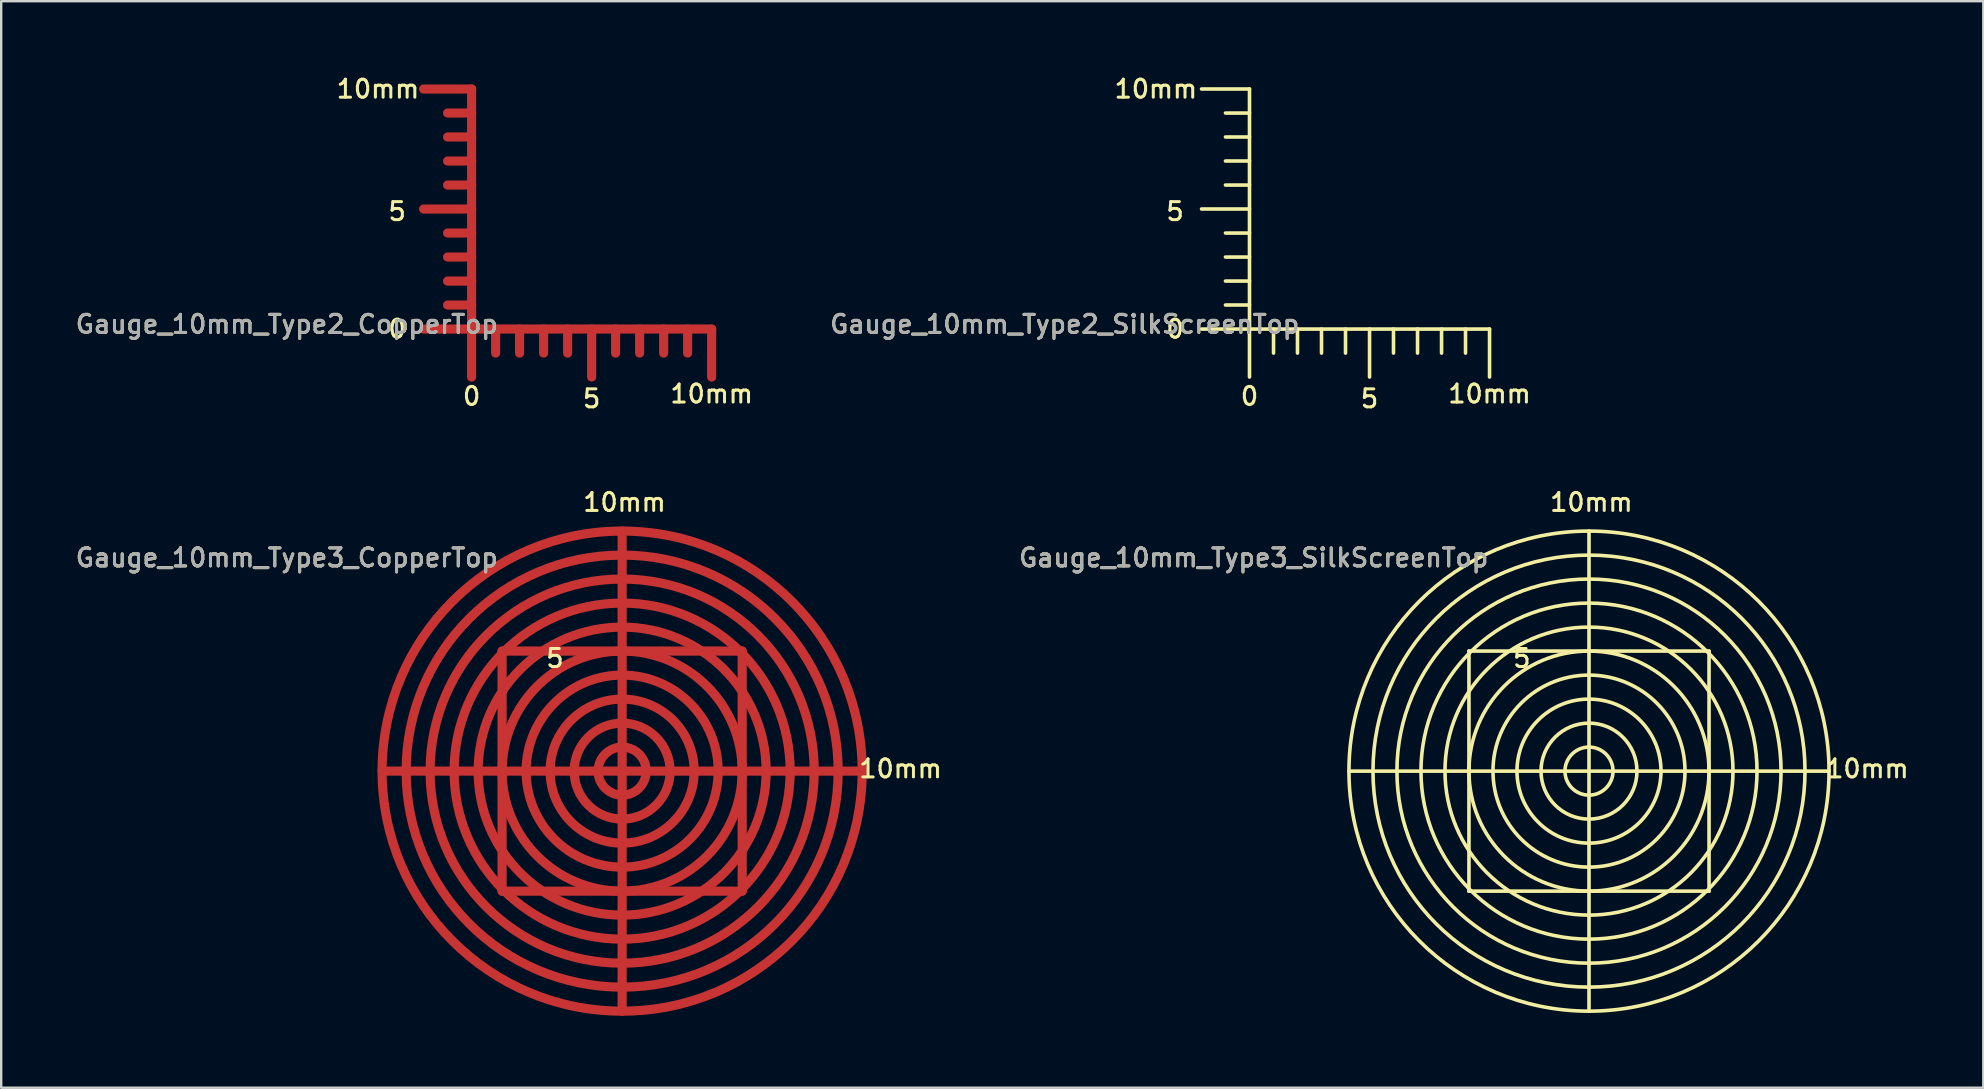
<source format=kicad_pcb>
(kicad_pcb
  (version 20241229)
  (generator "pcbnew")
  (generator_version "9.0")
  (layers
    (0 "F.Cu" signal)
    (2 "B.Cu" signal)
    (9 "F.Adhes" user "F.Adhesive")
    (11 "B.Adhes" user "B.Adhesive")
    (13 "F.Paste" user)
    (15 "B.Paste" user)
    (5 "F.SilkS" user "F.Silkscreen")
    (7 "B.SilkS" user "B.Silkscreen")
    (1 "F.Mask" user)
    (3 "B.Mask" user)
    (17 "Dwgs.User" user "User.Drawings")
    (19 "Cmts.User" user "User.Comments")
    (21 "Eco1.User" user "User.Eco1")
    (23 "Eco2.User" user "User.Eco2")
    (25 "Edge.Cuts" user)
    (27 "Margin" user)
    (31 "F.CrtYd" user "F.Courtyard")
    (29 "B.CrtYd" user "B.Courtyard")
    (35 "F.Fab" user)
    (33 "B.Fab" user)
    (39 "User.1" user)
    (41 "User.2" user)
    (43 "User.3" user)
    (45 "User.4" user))
  (footprint "Gauge_10mm_Type3_SilkScreenTop"
    (layer "F.Cu")
    (at 63.146 29.074)
    (property "Reference" "Gauge_10mm_Type3_SilkScreenTop" (at -13.97 -8.89 0) (layer "F.SilkS") (effects (font (size 0.75 0.75) (thickness 0.125))))
    (attr exclude_from_pos_files exclude_from_bom)
    (fp_line (start -5.001 -5.001) (end -5.001 0) (stroke (width 0.15) (type solid)) (layer "F.SilkS"))
    (fp_line (start -5.001 5.001) (end -5.001 0) (stroke (width 0.15) (type solid)) (layer "F.SilkS"))
    (fp_line (start -1.999 0) (end -10 0) (stroke (width 0.15) (type solid)) (layer "F.SilkS"))
    (fp_line (start 0 -5.001) (end -5.001 -5.001) (stroke (width 0.15) (type solid)) (layer "F.SilkS"))
    (fp_line (start 0 -5.001) (end 5.001 -5.001) (stroke (width 0.15) (type solid)) (layer "F.SilkS"))
    (fp_line (start 0 0) (end -1.999 0) (stroke (width 0.15) (type solid)) (layer "F.SilkS"))
    (fp_line (start 0 0) (end 0 -10) (stroke (width 0.15) (type solid)) (layer "F.SilkS"))
    (fp_line (start 0 0) (end 0 1.999) (stroke (width 0.15) (type solid)) (layer "F.SilkS"))
    (fp_line (start 0 0) (end 10 0) (stroke (width 0.15) (type solid)) (layer "F.SilkS"))
    (fp_line (start 0 1.999) (end 0 10) (stroke (width 0.15) (type solid)) (layer "F.SilkS"))
    (fp_line (start 0 5.001) (end -5.001 5.001) (stroke (width 0.15) (type solid)) (layer "F.SilkS"))
    (fp_line (start 5.001 -5.001) (end 5.001 0) (stroke (width 0.15) (type solid)) (layer "F.SilkS"))
    (fp_line (start 5.001 0) (end 5.001 5.001) (stroke (width 0.15) (type solid)) (layer "F.SilkS"))
    (fp_line (start 5.001 5.001) (end 0 5.001) (stroke (width 0.15) (type solid)) (layer "F.SilkS"))
    (fp_circle (center 0 0) (end 0 -8.999) (stroke (width 0.15) (type solid)) (fill no) (layer "F.SilkS"))
    (fp_circle (center 0 0) (end 0 -8.001) (stroke (width 0.15) (type solid)) (fill no) (layer "F.SilkS"))
    (fp_circle (center 0 0) (end 0 -7) (stroke (width 0.15) (type solid)) (fill no) (layer "F.SilkS"))
    (fp_circle (center 0 0) (end 0 -5.999) (stroke (width 0.15) (type solid)) (fill no) (layer "F.SilkS"))
    (fp_circle (center 0 0) (end 0 -4) (stroke (width 0.15) (type solid)) (fill no) (layer "F.SilkS"))
    (fp_circle (center 0 0) (end 0 -3) (stroke (width 0.15) (type solid)) (fill no) (layer "F.SilkS"))
    (fp_circle (center 0 0) (end 0 -1.999) (stroke (width 0.15) (type solid)) (fill no) (layer "F.SilkS"))
    (fp_circle (center 0 0) (end 0 -1.001) (stroke (width 0.15) (type solid)) (fill no) (layer "F.SilkS"))
    (fp_circle (center 0 0) (end 5.001 0) (stroke (width 0.15) (type solid)) (fill no) (layer "F.SilkS"))
    (fp_circle (center 0 0) (end 10 0) (stroke (width 0.15) (type solid)) (fill no) (layer "F.SilkS"))
    (fp_text user "10mm" (at 11.6 -0.099 0) (layer "F.SilkS") (effects (font (size 0.75 0.75) (thickness 0.125))))
    (fp_text user "5" (at -2.799 -4.699 0) (layer "F.SilkS") (effects (font (size 0.75 0.75) (thickness 0.125))))
    (fp_text user "10mm" (at 0.099 -11.199 0) (layer "F.SilkS") (effects (font (size 0.75 0.75) (thickness 0.125))))
    (fp_text user "${REFERENCE}" (at -13.97 -8.89 0) (layer "F.Fab") (effects (font (size 0.75 0.75) (thickness 0.125)))))
  (footprint "Gauge_10mm_Type3_CopperTop"
    (layer "F.Cu")
    (at 22.868 29.074)
    (property "Reference" "Gauge_10mm_Type3_CopperTop" (at -13.97 -8.89 0) (layer "F.SilkS") (effects (font (size 0.75 0.75) (thickness 0.125))))
    (attr exclude_from_pos_files exclude_from_bom)
    (fp_line (start -5.001 -5.001) (end -5.001 0) (stroke (width 0.381) (type solid)) (layer "F.Cu"))
    (fp_line (start -5.001 5.001) (end -5.001 0) (stroke (width 0.381) (type solid)) (layer "F.Cu"))
    (fp_line (start -1.999 0) (end -10 0) (stroke (width 0.381) (type solid)) (layer "F.Cu"))
    (fp_line (start 0 -5.001) (end -5.001 -5.001) (stroke (width 0.381) (type solid)) (layer "F.Cu"))
    (fp_line (start 0 -5.001) (end 5.001 -5.001) (stroke (width 0.381) (type solid)) (layer "F.Cu"))
    (fp_line (start 0 0) (end -1.999 0) (stroke (width 0.381) (type solid)) (layer "F.Cu"))
    (fp_line (start 0 0) (end 0 -10) (stroke (width 0.381) (type solid)) (layer "F.Cu"))
    (fp_line (start 0 0) (end 0 1.999) (stroke (width 0.381) (type solid)) (layer "F.Cu"))
    (fp_line (start 0 0) (end 10 0) (stroke (width 0.381) (type solid)) (layer "F.Cu"))
    (fp_line (start 0 1.999) (end 0 10) (stroke (width 0.381) (type solid)) (layer "F.Cu"))
    (fp_line (start 0 5.001) (end -5.001 5.001) (stroke (width 0.381) (type solid)) (layer "F.Cu"))
    (fp_line (start 5.001 -5.001) (end 5.001 0) (stroke (width 0.381) (type solid)) (layer "F.Cu"))
    (fp_line (start 5.001 0) (end 5.001 5.001) (stroke (width 0.381) (type solid)) (layer "F.Cu"))
    (fp_line (start 5.001 5.001) (end 0 5.001) (stroke (width 0.381) (type solid)) (layer "F.Cu"))
    (fp_circle (center 0 0) (end 0 -8.999) (stroke (width 0.381) (type solid)) (fill no) (layer "F.Cu"))
    (fp_circle (center 0 0) (end 0 -8.001) (stroke (width 0.381) (type solid)) (fill no) (layer "F.Cu"))
    (fp_circle (center 0 0) (end 0 -7) (stroke (width 0.381) (type solid)) (fill no) (layer "F.Cu"))
    (fp_circle (center 0 0) (end 0 -5.999) (stroke (width 0.381) (type solid)) (fill no) (layer "F.Cu"))
    (fp_circle (center 0 0) (end 0 -4) (stroke (width 0.381) (type solid)) (fill no) (layer "F.Cu"))
    (fp_circle (center 0 0) (end 0 -3) (stroke (width 0.381) (type solid)) (fill no) (layer "F.Cu"))
    (fp_circle (center 0 0) (end 0 -1.999) (stroke (width 0.381) (type solid)) (fill no) (layer "F.Cu"))
    (fp_circle (center 0 0) (end 0 -1.001) (stroke (width 0.381) (type solid)) (fill no) (layer "F.Cu"))
    (fp_circle (center 0 0) (end 5.001 0) (stroke (width 0.381) (type solid)) (fill no) (layer "F.Cu"))
    (fp_circle (center 0 0) (end 10 0) (stroke (width 0.381) (type solid)) (fill no) (layer "F.Cu"))
    (fp_text user "10mm" (at 11.6 -0.099 0) (layer "F.SilkS") (effects (font (size 0.75 0.75) (thickness 0.125))))
    (fp_text user "5" (at -2.799 -4.699 0) (layer "F.SilkS") (effects (font (size 0.75 0.75) (thickness 0.125))))
    (fp_text user "10mm" (at 0.099 -11.199 0) (layer "F.SilkS") (effects (font (size 0.75 0.75) (thickness 0.125))))
    (fp_text user "${REFERENCE}" (at -13.97 -8.89 0) (layer "F.Fab") (effects (font (size 0.75 0.75) (thickness 0.125)))))
  (footprint "Gauge_10mm_Type2_SilkScreenTop"
    (layer "F.Cu")
    (at 49.003 10.658)
    (property "Reference" "Gauge_10mm_Type2_SilkScreenTop" (at -7.699 -0.201 0) (layer "F.SilkS") (effects (font (size 0.75 0.75) (thickness 0.125))))
    (attr exclude_from_pos_files exclude_from_bom)
    (fp_line (start 0 -10) (end -1.999 -10) (stroke (width 0.15) (type solid)) (layer "F.SilkS"))
    (fp_line (start 0 -8.999) (end -1.001 -8.999) (stroke (width 0.15) (type solid)) (layer "F.SilkS"))
    (fp_line (start 0 -8.001) (end -1.001 -8.001) (stroke (width 0.15) (type solid)) (layer "F.SilkS"))
    (fp_line (start 0 -7) (end -1.001 -7) (stroke (width 0.15) (type solid)) (layer "F.SilkS"))
    (fp_line (start 0 -5.999) (end -1.001 -5.999) (stroke (width 0.15) (type solid)) (layer "F.SilkS"))
    (fp_line (start 0 -5.001) (end -1.999 -5.001) (stroke (width 0.15) (type solid)) (layer "F.SilkS"))
    (fp_line (start 0 -4) (end -1.001 -4) (stroke (width 0.15) (type solid)) (layer "F.SilkS"))
    (fp_line (start 0 -3) (end -1.001 -3) (stroke (width 0.15) (type solid)) (layer "F.SilkS"))
    (fp_line (start 0 -1.999) (end -1.001 -1.999) (stroke (width 0.15) (type solid)) (layer "F.SilkS"))
    (fp_line (start 0 -1.001) (end -1.001 -1.001) (stroke (width 0.15) (type solid)) (layer "F.SilkS"))
    (fp_line (start 0 0) (end -1.999 0) (stroke (width 0.15) (type solid)) (layer "F.SilkS"))
    (fp_line (start 0 0) (end 0 -10) (stroke (width 0.15) (type solid)) (layer "F.SilkS"))
    (fp_line (start 0 0) (end 0 1.999) (stroke (width 0.15) (type solid)) (layer "F.SilkS"))
    (fp_line (start 0 0) (end 10 0) (stroke (width 0.15) (type solid)) (layer "F.SilkS"))
    (fp_line (start 1.001 0) (end 1.001 1.001) (stroke (width 0.15) (type solid)) (layer "F.SilkS"))
    (fp_line (start 1.999 0) (end 1.999 1.001) (stroke (width 0.15) (type solid)) (layer "F.SilkS"))
    (fp_line (start 3 0) (end 3 1.001) (stroke (width 0.15) (type solid)) (layer "F.SilkS"))
    (fp_line (start 4 0) (end 4 1.001) (stroke (width 0.15) (type solid)) (layer "F.SilkS"))
    (fp_line (start 5.001 0) (end 5.001 1.999) (stroke (width 0.15) (type solid)) (layer "F.SilkS"))
    (fp_line (start 5.999 0) (end 5.999 1.001) (stroke (width 0.15) (type solid)) (layer "F.SilkS"))
    (fp_line (start 7 0) (end 7 1.001) (stroke (width 0.15) (type solid)) (layer "F.SilkS"))
    (fp_line (start 8.001 0) (end 8.001 1.001) (stroke (width 0.15) (type solid)) (layer "F.SilkS"))
    (fp_line (start 8.999 0) (end 8.999 1.001) (stroke (width 0.15) (type solid)) (layer "F.SilkS"))
    (fp_line (start 10 0) (end 10 1.999) (stroke (width 0.15) (type solid)) (layer "F.SilkS"))
    (fp_text user "5" (at -3.101 -4.9 0) (layer "F.SilkS") (effects (font (size 0.75 0.75) (thickness 0.125))))
    (fp_text user "10mm" (at 10 2.7 0) (layer "F.SilkS") (effects (font (size 0.75 0.75) (thickness 0.125))))
    (fp_text user "10mm" (at -3.901 -10 0) (layer "F.SilkS") (effects (font (size 0.75 0.75) (thickness 0.125))))
    (fp_text user "0" (at 0 2.799 0) (layer "F.SilkS") (effects (font (size 0.75 0.75) (thickness 0.125))))
    (fp_text user "0" (at -3.101 0 0) (layer "F.SilkS") (effects (font (size 0.75 0.75) (thickness 0.125))))
    (fp_text user "5" (at 4.999 2.901 0) (layer "F.SilkS") (effects (font (size 0.75 0.75) (thickness 0.125))))
    (fp_text user "${REFERENCE}" (at -7.699 -0.201 0) (layer "F.Fab") (effects (font (size 0.75 0.75) (thickness 0.125)))))
  (footprint "Gauge_10mm_Type2_CopperTop"
    (layer "F.Cu")
    (at 16.597 10.658)
    (property "Reference" "Gauge_10mm_Type2_CopperTop" (at -7.699 -0.201 0) (layer "F.SilkS") (effects (font (size 0.75 0.75) (thickness 0.125))))
    (attr exclude_from_pos_files exclude_from_bom)
    (fp_line (start 0 -10) (end -1.999 -10) (stroke (width 0.381) (type solid)) (layer "F.Cu"))
    (fp_line (start 0 -8.999) (end -1.001 -8.999) (stroke (width 0.381) (type solid)) (layer "F.Cu"))
    (fp_line (start 0 -8.001) (end -1.001 -8.001) (stroke (width 0.381) (type solid)) (layer "F.Cu"))
    (fp_line (start 0 -7) (end -1.001 -7) (stroke (width 0.381) (type solid)) (layer "F.Cu"))
    (fp_line (start 0 -5.999) (end -1.001 -5.999) (stroke (width 0.381) (type solid)) (layer "F.Cu"))
    (fp_line (start 0 -5.001) (end -1.999 -5.001) (stroke (width 0.381) (type solid)) (layer "F.Cu"))
    (fp_line (start 0 -4) (end -1.001 -4) (stroke (width 0.381) (type solid)) (layer "F.Cu"))
    (fp_line (start 0 -3) (end -1.001 -3) (stroke (width 0.381) (type solid)) (layer "F.Cu"))
    (fp_line (start 0 -1.999) (end -1.001 -1.999) (stroke (width 0.381) (type solid)) (layer "F.Cu"))
    (fp_line (start 0 -1.001) (end -1.001 -1.001) (stroke (width 0.381) (type solid)) (layer "F.Cu"))
    (fp_line (start 0 0) (end -1.999 0) (stroke (width 0.381) (type solid)) (layer "F.Cu"))
    (fp_line (start 0 0) (end 0 -10) (stroke (width 0.381) (type solid)) (layer "F.Cu"))
    (fp_line (start 0 0) (end 0 1.999) (stroke (width 0.381) (type solid)) (layer "F.Cu"))
    (fp_line (start 0 0) (end 10 0) (stroke (width 0.381) (type solid)) (layer "F.Cu"))
    (fp_line (start 1.001 0) (end 1.001 1.001) (stroke (width 0.381) (type solid)) (layer "F.Cu"))
    (fp_line (start 1.999 0) (end 1.999 1.001) (stroke (width 0.381) (type solid)) (layer "F.Cu"))
    (fp_line (start 3 0) (end 3 1.001) (stroke (width 0.381) (type solid)) (layer "F.Cu"))
    (fp_line (start 4 0) (end 4 1.001) (stroke (width 0.381) (type solid)) (layer "F.Cu"))
    (fp_line (start 5.001 0) (end 5.001 1.999) (stroke (width 0.381) (type solid)) (layer "F.Cu"))
    (fp_line (start 5.999 0) (end 5.999 1.001) (stroke (width 0.381) (type solid)) (layer "F.Cu"))
    (fp_line (start 7 0) (end 7 1.001) (stroke (width 0.381) (type solid)) (layer "F.Cu"))
    (fp_line (start 8.001 0) (end 8.001 1.001) (stroke (width 0.381) (type solid)) (layer "F.Cu"))
    (fp_line (start 8.999 0) (end 8.999 1.001) (stroke (width 0.381) (type solid)) (layer "F.Cu"))
    (fp_line (start 10 0) (end 10 1.999) (stroke (width 0.381) (type solid)) (layer "F.Cu"))
    (fp_text user "5" (at -3.101 -4.9 0) (layer "F.SilkS") (effects (font (size 0.75 0.75) (thickness 0.125))))
    (fp_text user "5" (at 4.999 2.901 0) (layer "F.SilkS") (effects (font (size 0.75 0.75) (thickness 0.125))))
    (fp_text user "0" (at -3.101 0 0) (layer "F.SilkS") (effects (font (size 0.75 0.75) (thickness 0.125))))
    (fp_text user "10mm" (at 10 2.7 0) (layer "F.SilkS") (effects (font (size 0.75 0.75) (thickness 0.125))))
    (fp_text user "0" (at 0 2.799 0) (layer "F.SilkS") (effects (font (size 0.75 0.75) (thickness 0.125))))
    (fp_text user "10mm" (at -3.901 -10 0) (layer "F.SilkS") (effects (font (size 0.75 0.75) (thickness 0.125))))
    (fp_text user "${REFERENCE}" (at -7.699 -0.201 0) (layer "F.Fab") (effects (font (size 0.75 0.75) (thickness 0.125)))))
  (gr_rect
    (start -3 -3)
    (end 79.573 42.264)
    (stroke (width 0.1) (type default))
    (fill no)
    (layer "Edge.Cuts")))
</source>
